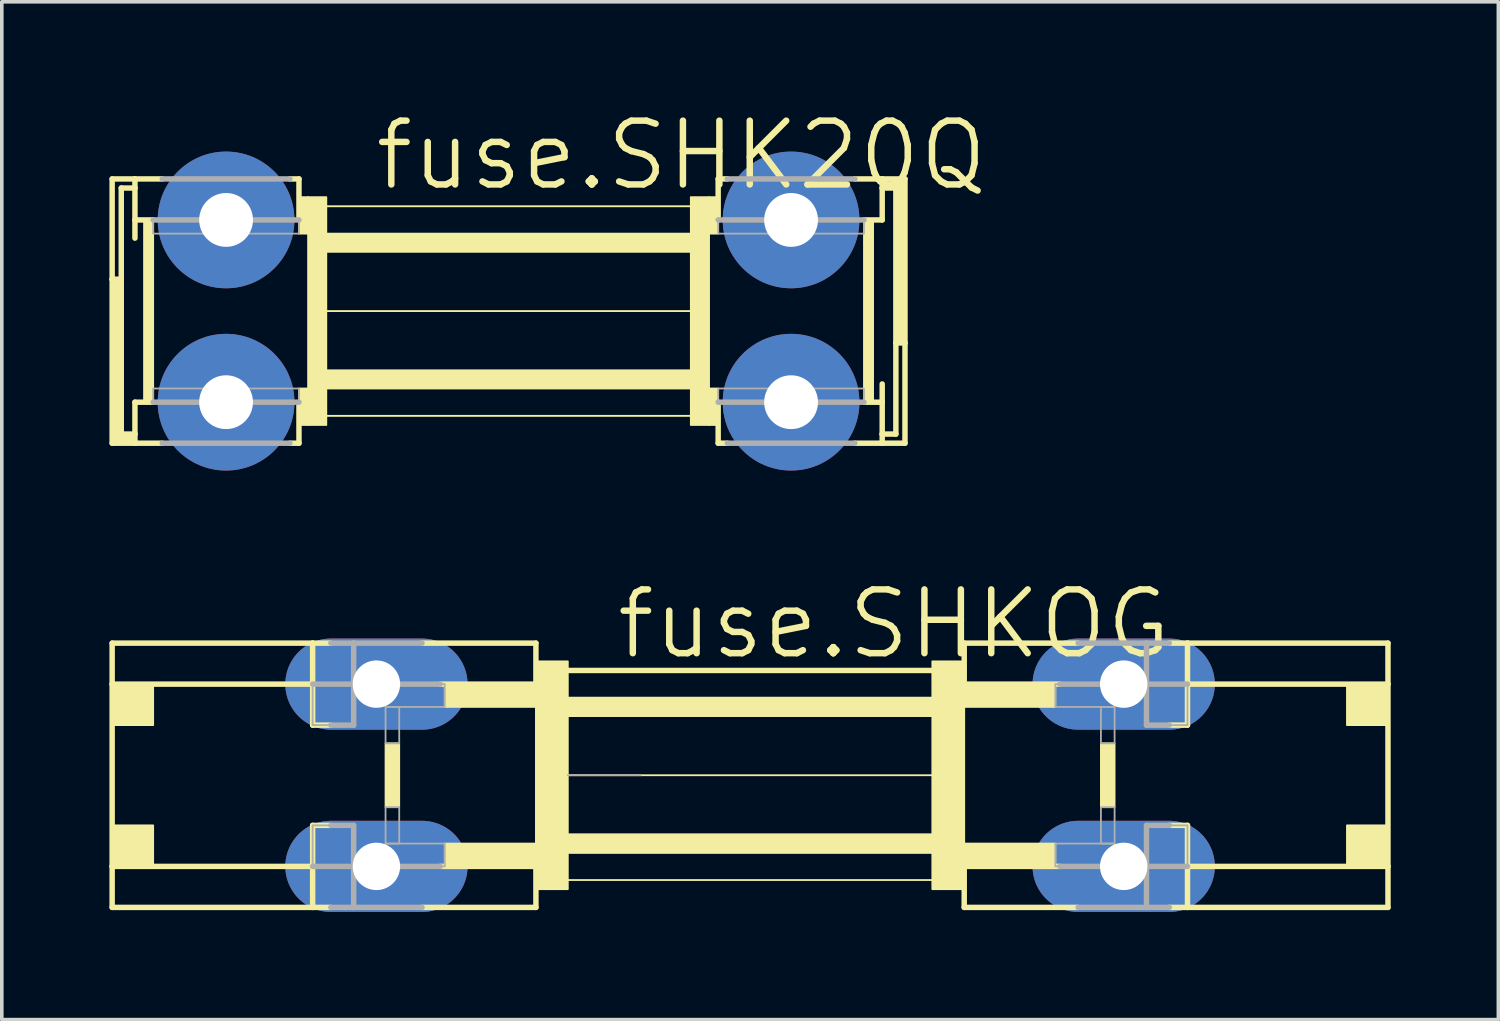
<source format=kicad_pcb>
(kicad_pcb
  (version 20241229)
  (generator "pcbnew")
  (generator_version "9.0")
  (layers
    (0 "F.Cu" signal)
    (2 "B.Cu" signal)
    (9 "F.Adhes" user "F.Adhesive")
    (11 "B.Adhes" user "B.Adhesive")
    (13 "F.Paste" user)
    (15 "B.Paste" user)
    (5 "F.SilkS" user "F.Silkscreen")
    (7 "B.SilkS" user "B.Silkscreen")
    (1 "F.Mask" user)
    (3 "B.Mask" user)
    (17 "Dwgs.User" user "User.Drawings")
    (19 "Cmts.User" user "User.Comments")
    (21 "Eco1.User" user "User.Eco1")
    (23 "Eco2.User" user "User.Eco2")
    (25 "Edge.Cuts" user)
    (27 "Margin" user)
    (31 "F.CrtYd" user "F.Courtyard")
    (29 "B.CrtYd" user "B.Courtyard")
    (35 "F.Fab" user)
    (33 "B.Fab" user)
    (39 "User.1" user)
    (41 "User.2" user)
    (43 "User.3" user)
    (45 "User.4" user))
  (footprint "fuse.SHKOG"
    (layer "F.Cu")
    (at 17.856 18.558)
    (property "Reference" "fuse.SHKOG" (at -3.81 -3.175 0) (layer "F.SilkS") (effects (font (size 1.778 1.778) (thickness 0.18)) (justify left bottom)))
    (attr through_hole)
    (fp_line (start -17.78 -3.683) (end -12.192 -3.683) (stroke (width 0.152) (type default)) (layer "F.SilkS"))
    (fp_line (start -17.78 -2.54) (end -17.78 -3.683) (stroke (width 0.152) (type default)) (layer "F.SilkS"))
    (fp_line (start -17.78 2.54) (end -17.78 -2.54) (stroke (width 0.152) (type default)) (layer "F.SilkS"))
    (fp_line (start -17.78 2.54) (end -12.192 2.54) (stroke (width 0.152) (type default)) (layer "F.SilkS"))
    (fp_line (start -17.78 3.683) (end -17.78 2.54) (stroke (width 0.152) (type default)) (layer "F.SilkS"))
    (fp_line (start -17.78 3.683) (end -12.192 3.683) (stroke (width 0.152) (type default)) (layer "F.SilkS"))
    (fp_line (start -12.192 -3.683) (end -11.684 -3.683) (stroke (width 0.152) (type default)) (layer "F.SilkS"))
    (fp_line (start -12.192 -2.54) (end -17.78 -2.54) (stroke (width 0.152) (type default)) (layer "F.SilkS"))
    (fp_line (start -12.192 -1.397) (end -12.192 -3.683) (stroke (width 0.152) (type default)) (layer "F.SilkS"))
    (fp_line (start -12.192 -1.397) (end -11.684 -1.397) (stroke (width 0.152) (type default)) (layer "F.SilkS"))
    (fp_line (start -12.192 1.397) (end -12.192 3.683) (stroke (width 0.152) (type default)) (layer "F.SilkS"))
    (fp_line (start -12.192 1.397) (end -11.684 1.397) (stroke (width 0.152) (type default)) (layer "F.SilkS"))
    (fp_line (start -12.192 3.683) (end -11.684 3.683) (stroke (width 0.152) (type default)) (layer "F.SilkS"))
    (fp_line (start -9.144 -3.683) (end -5.969 -3.683) (stroke (width 0.152) (type default)) (layer "F.SilkS"))
    (fp_line (start -8.636 -2.54) (end -5.969 -2.54) (stroke (width 0.152) (type default)) (layer "F.SilkS"))
    (fp_line (start -8.636 2.54) (end -5.969 2.54) (stroke (width 0.152) (type default)) (layer "F.SilkS"))
    (fp_line (start -5.969 -2.54) (end -5.969 -3.683) (stroke (width 0.152) (type default)) (layer "F.SilkS"))
    (fp_line (start -5.969 3.683) (end -9.144 3.683) (stroke (width 0.152) (type default)) (layer "F.SilkS"))
    (fp_line (start -5.969 3.683) (end -5.969 2.54) (stroke (width 0.152) (type default)) (layer "F.SilkS"))
    (fp_line (start -5.08 -2.921) (end 5.08 -2.921) (stroke (width 0.152) (type default)) (layer "F.SilkS"))
    (fp_line (start -5.08 0) (end 5.08 0) (stroke (width 0.051) (type default)) (layer "F.SilkS"))
    (fp_line (start 5.08 2.921) (end -5.08 2.921) (stroke (width 0.051) (type default)) (layer "F.SilkS"))
    (fp_line (start 5.969 -3.683) (end 5.969 -2.54) (stroke (width 0.152) (type default)) (layer "F.SilkS"))
    (fp_line (start 5.969 -3.683) (end 9.144 -3.683) (stroke (width 0.152) (type default)) (layer "F.SilkS"))
    (fp_line (start 5.969 2.54) (end 5.969 3.683) (stroke (width 0.152) (type default)) (layer "F.SilkS"))
    (fp_line (start 8.636 -2.54) (end 5.969 -2.54) (stroke (width 0.152) (type default)) (layer "F.SilkS"))
    (fp_line (start 8.636 2.54) (end 5.969 2.54) (stroke (width 0.152) (type default)) (layer "F.SilkS"))
    (fp_line (start 9.144 3.683) (end 5.969 3.683) (stroke (width 0.152) (type default)) (layer "F.SilkS"))
    (fp_line (start 12.192 -3.683) (end 11.684 -3.683) (stroke (width 0.152) (type default)) (layer "F.SilkS"))
    (fp_line (start 12.192 -1.397) (end 11.684 -1.397) (stroke (width 0.152) (type default)) (layer "F.SilkS"))
    (fp_line (start 12.192 -1.397) (end 12.192 -3.683) (stroke (width 0.152) (type default)) (layer "F.SilkS"))
    (fp_line (start 12.192 1.397) (end 11.684 1.397) (stroke (width 0.152) (type default)) (layer "F.SilkS"))
    (fp_line (start 12.192 1.397) (end 12.192 3.683) (stroke (width 0.152) (type default)) (layer "F.SilkS"))
    (fp_line (start 12.192 2.54) (end 17.78 2.54) (stroke (width 0.152) (type default)) (layer "F.SilkS"))
    (fp_line (start 12.192 3.683) (end 11.684 3.683) (stroke (width 0.152) (type default)) (layer "F.SilkS"))
    (fp_line (start 17.78 -3.683) (end 12.192 -3.683) (stroke (width 0.152) (type default)) (layer "F.SilkS"))
    (fp_line (start 17.78 -3.683) (end 17.78 -2.54) (stroke (width 0.152) (type default)) (layer "F.SilkS"))
    (fp_line (start 17.78 -2.54) (end 12.192 -2.54) (stroke (width 0.152) (type default)) (layer "F.SilkS"))
    (fp_line (start 17.78 -2.54) (end 17.78 2.54) (stroke (width 0.152) (type default)) (layer "F.SilkS"))
    (fp_line (start 17.78 2.54) (end 17.78 3.683) (stroke (width 0.152) (type default)) (layer "F.SilkS"))
    (fp_line (start 17.78 3.683) (end 12.192 3.683) (stroke (width 0.152) (type default)) (layer "F.SilkS"))
    (fp_rect (start -17.78 -1.397) (end -16.637 -2.54) (stroke (width 0.05) (type default)) (fill yes) (layer "F.SilkS"))
    (fp_rect (start -17.78 2.54) (end -16.637 1.397) (stroke (width 0.05) (type default)) (fill yes) (layer "F.SilkS"))
    (fp_rect (start -10.16 0.889) (end -9.779 -0.889) (stroke (width 0.05) (type default)) (fill yes) (layer "F.SilkS"))
    (fp_rect (start -8.509 -1.905) (end -5.715 -2.54) (stroke (width 0.05) (type default)) (fill yes) (layer "F.SilkS"))
    (fp_rect (start -8.509 2.54) (end -5.715 1.905) (stroke (width 0.05) (type default)) (fill yes) (layer "F.SilkS"))
    (fp_rect (start -5.969 3.175) (end -5.08 -3.175) (stroke (width 0.05) (type default)) (fill yes) (layer "F.SilkS"))
    (fp_rect (start -5.08 -1.651) (end 5.08 -2.159) (stroke (width 0.05) (type default)) (fill yes) (layer "F.SilkS"))
    (fp_rect (start -5.08 -1.651) (end 5.08 -2.159) (stroke (width 0.05) (type default)) (fill yes) (layer "F.SilkS"))
    (fp_rect (start -5.08 2.159) (end 5.08 1.651) (stroke (width 0.05) (type default)) (fill yes) (layer "F.SilkS"))
    (fp_rect (start -5.08 2.159) (end 5.08 1.651) (stroke (width 0.05) (type default)) (fill yes) (layer "F.SilkS"))
    (fp_rect (start 5.08 3.175) (end 5.969 -3.175) (stroke (width 0.05) (type default)) (fill yes) (layer "F.SilkS"))
    (fp_rect (start 5.715 -1.905) (end 8.509 -2.54) (stroke (width 0.05) (type default)) (fill yes) (layer "F.SilkS"))
    (fp_rect (start 5.715 2.54) (end 8.509 1.905) (stroke (width 0.05) (type default)) (fill yes) (layer "F.SilkS"))
    (fp_rect (start 9.779 0.889) (end 10.16 -0.889) (stroke (width 0.05) (type default)) (fill yes) (layer "F.SilkS"))
    (fp_rect (start 16.637 -1.397) (end 17.78 -2.54) (stroke (width 0.05) (type default)) (fill yes) (layer "F.SilkS"))
    (fp_rect (start 16.637 2.54) (end 17.78 1.397) (stroke (width 0.05) (type default)) (fill yes) (layer "F.SilkS"))
    (fp_line (start -12.192 2.54) (end -11.049 2.54) (stroke (width 0.152) (type default)) (layer "F.Fab"))
    (fp_line (start -11.684 -1.397) (end -11.049 -1.397) (stroke (width 0.152) (type default)) (layer "F.Fab"))
    (fp_line (start -11.684 1.397) (end -11.049 1.397) (stroke (width 0.152) (type default)) (layer "F.Fab"))
    (fp_line (start -11.049 -3.683) (end -11.684 -3.683) (stroke (width 0.152) (type default)) (layer "F.Fab"))
    (fp_line (start -11.049 -2.54) (end -12.192 -2.54) (stroke (width 0.152) (type default)) (layer "F.Fab"))
    (fp_line (start -11.049 -2.54) (end -11.049 -3.683) (stroke (width 0.152) (type default)) (layer "F.Fab"))
    (fp_line (start -11.049 -2.54) (end -11.049 -1.397) (stroke (width 0.152) (type default)) (layer "F.Fab"))
    (fp_line (start -11.049 2.54) (end -11.049 1.397) (stroke (width 0.152) (type default)) (layer "F.Fab"))
    (fp_line (start -11.049 2.54) (end -11.049 3.683) (stroke (width 0.152) (type default)) (layer "F.Fab"))
    (fp_line (start -11.049 2.54) (end -8.636 2.54) (stroke (width 0.152) (type default)) (layer "F.Fab"))
    (fp_line (start -11.049 3.683) (end -11.684 3.683) (stroke (width 0.152) (type default)) (layer "F.Fab"))
    (fp_line (start -9.144 -3.683) (end -11.049 -3.683) (stroke (width 0.152) (type default)) (layer "F.Fab"))
    (fp_line (start -9.144 3.683) (end -11.049 3.683) (stroke (width 0.152) (type default)) (layer "F.Fab"))
    (fp_line (start -8.636 -2.54) (end -11.049 -2.54) (stroke (width 0.152) (type default)) (layer "F.Fab"))
    (fp_line (start -3.048 0) (end -5.08 0) (stroke (width 0.051) (type default)) (layer "F.Fab"))
    (fp_line (start 8.636 2.54) (end 11.049 2.54) (stroke (width 0.152) (type default)) (layer "F.Fab"))
    (fp_line (start 9.144 -3.683) (end 11.049 -3.683) (stroke (width 0.152) (type default)) (layer "F.Fab"))
    (fp_line (start 9.144 3.683) (end 11.049 3.683) (stroke (width 0.152) (type default)) (layer "F.Fab"))
    (fp_line (start 11.049 -3.683) (end 11.684 -3.683) (stroke (width 0.152) (type default)) (layer "F.Fab"))
    (fp_line (start 11.049 -2.54) (end 8.636 -2.54) (stroke (width 0.152) (type default)) (layer "F.Fab"))
    (fp_line (start 11.049 -2.54) (end 11.049 -3.683) (stroke (width 0.152) (type default)) (layer "F.Fab"))
    (fp_line (start 11.049 -2.54) (end 11.049 -1.397) (stroke (width 0.152) (type default)) (layer "F.Fab"))
    (fp_line (start 11.049 2.54) (end 11.049 1.397) (stroke (width 0.152) (type default)) (layer "F.Fab"))
    (fp_line (start 11.049 2.54) (end 11.049 3.683) (stroke (width 0.152) (type default)) (layer "F.Fab"))
    (fp_line (start 11.049 2.54) (end 12.192 2.54) (stroke (width 0.152) (type default)) (layer "F.Fab"))
    (fp_line (start 11.049 3.683) (end 11.684 3.683) (stroke (width 0.152) (type default)) (layer "F.Fab"))
    (fp_line (start 11.684 -1.397) (end 11.049 -1.397) (stroke (width 0.152) (type default)) (layer "F.Fab"))
    (fp_line (start 11.684 1.397) (end 11.049 1.397) (stroke (width 0.152) (type default)) (layer "F.Fab"))
    (fp_line (start 12.192 -2.54) (end 11.049 -2.54) (stroke (width 0.152) (type default)) (layer "F.Fab"))
    (fp_rect (start -12.192 -1.397) (end -11.049 -2.54) (stroke (width 0.05) (type default)) (fill no) (layer "F.Fab"))
    (fp_rect (start -12.192 2.54) (end -11.049 1.397) (stroke (width 0.05) (type default)) (fill no) (layer "F.Fab"))
    (fp_rect (start -10.16 -1.905) (end -8.509 -2.54) (stroke (width 0.05) (type default)) (fill no) (layer "F.Fab"))
    (fp_rect (start -10.16 -0.889) (end -9.779 -1.905) (stroke (width 0.05) (type default)) (fill no) (layer "F.Fab"))
    (fp_rect (start -10.16 1.905) (end -9.779 0.889) (stroke (width 0.05) (type default)) (fill no) (layer "F.Fab"))
    (fp_rect (start -10.16 2.54) (end -8.509 1.905) (stroke (width 0.05) (type default)) (fill no) (layer "F.Fab"))
    (fp_rect (start 8.509 -1.905) (end 10.16 -2.54) (stroke (width 0.05) (type default)) (fill no) (layer "F.Fab"))
    (fp_rect (start 8.509 2.54) (end 10.16 1.905) (stroke (width 0.05) (type default)) (fill no) (layer "F.Fab"))
    (fp_rect (start 9.779 -0.889) (end 10.16 -1.905) (stroke (width 0.05) (type default)) (fill no) (layer "F.Fab"))
    (fp_rect (start 9.779 1.905) (end 10.16 0.889) (stroke (width 0.05) (type default)) (fill no) (layer "F.Fab"))
    (fp_rect (start 11.049 -1.397) (end 12.192 -2.54) (stroke (width 0.05) (type default)) (fill no) (layer "F.Fab"))
    (fp_rect (start 11.049 2.54) (end 12.192 1.397) (stroke (width 0.05) (type default)) (fill no) (layer "F.Fab"))
    (pad "1A" thru_hole oval (at -10.414 -2.54) (size 5.08 2.54) (drill 1.321) (layers "*.Cu" "*.Mask"))
    (pad "1B" thru_hole oval (at -10.414 2.54) (size 5.08 2.54) (drill 1.321) (layers "*.Cu" "*.Mask"))
    (pad "2A" thru_hole oval (at 10.414 -2.54) (size 5.08 2.54) (drill 1.321) (layers "*.Cu" "*.Mask"))
    (pad "2B" thru_hole oval (at 10.414 2.54) (size 5.08 2.54) (drill 1.321) (layers "*.Cu" "*.Mask")))
  (footprint "fuse.SHK20Q"
    (layer "F.Cu")
    (at 11.125 5.62)
    (property "Reference" "fuse.SHK20Q" (at -3.81 -3.302 0) (layer "F.SilkS") (effects (font (size 1.778 1.778) (thickness 0.18)) (justify left bottom)))
    (attr through_hole)
    (fp_line (start -11.049 -0.889) (end -11.049 -3.683) (stroke (width 0.152) (type default)) (layer "F.SilkS"))
    (fp_line (start -11.049 -0.889) (end -10.795 -0.889) (stroke (width 0.152) (type default)) (layer "F.SilkS"))
    (fp_line (start -11.049 3.683) (end -11.049 -0.889) (stroke (width 0.152) (type default)) (layer "F.SilkS"))
    (fp_line (start -10.795 -3.429) (end -10.795 -0.889) (stroke (width 0.152) (type default)) (layer "F.SilkS"))
    (fp_line (start -10.795 -3.429) (end -10.414 -3.429) (stroke (width 0.152) (type default)) (layer "F.SilkS"))
    (fp_line (start -10.795 -0.889) (end -10.795 3.429) (stroke (width 0.152) (type default)) (layer "F.SilkS"))
    (fp_line (start -10.795 3.429) (end -10.414 3.429) (stroke (width 0.152) (type default)) (layer "F.SilkS"))
    (fp_line (start -10.414 -3.683) (end -11.049 -3.683) (stroke (width 0.152) (type default)) (layer "F.SilkS"))
    (fp_line (start -10.414 -3.683) (end -10.414 -3.429) (stroke (width 0.152) (type default)) (layer "F.SilkS"))
    (fp_line (start -10.414 -3.683) (end -9.652 -3.683) (stroke (width 0.152) (type default)) (layer "F.SilkS"))
    (fp_line (start -10.414 -3.429) (end -10.414 -2.54) (stroke (width 0.152) (type default)) (layer "F.SilkS"))
    (fp_line (start -10.414 -2.54) (end -10.414 -2.032) (stroke (width 0.152) (type default)) (layer "F.SilkS"))
    (fp_line (start -10.414 -2.54) (end -9.906 -2.54) (stroke (width 0.152) (type default)) (layer "F.SilkS"))
    (fp_line (start -10.414 3.429) (end -10.414 2.54) (stroke (width 0.152) (type default)) (layer "F.SilkS"))
    (fp_line (start -10.414 3.683) (end -11.049 3.683) (stroke (width 0.152) (type default)) (layer "F.SilkS"))
    (fp_line (start -10.414 3.683) (end -10.414 3.429) (stroke (width 0.152) (type default)) (layer "F.SilkS"))
    (fp_line (start -9.906 2.54) (end -10.414 2.54) (stroke (width 0.152) (type default)) (layer "F.SilkS"))
    (fp_line (start -9.652 3.683) (end -10.414 3.683) (stroke (width 0.152) (type default)) (layer "F.SilkS"))
    (fp_line (start -6.096 -3.683) (end -5.842 -3.683) (stroke (width 0.152) (type default)) (layer "F.SilkS"))
    (fp_line (start -6.096 3.683) (end -5.842 3.683) (stroke (width 0.152) (type default)) (layer "F.SilkS"))
    (fp_line (start -5.842 -2.54) (end -5.842 -3.683) (stroke (width 0.152) (type default)) (layer "F.SilkS"))
    (fp_line (start -5.842 3.683) (end -5.842 2.54) (stroke (width 0.152) (type default)) (layer "F.SilkS"))
    (fp_line (start -5.08 -2.921) (end 5.08 -2.921) (stroke (width 0.051) (type default)) (layer "F.SilkS"))
    (fp_line (start 5.08 0) (end -5.08 0) (stroke (width 0.051) (type default)) (layer "F.SilkS"))
    (fp_line (start 5.08 2.921) (end -5.08 2.921) (stroke (width 0.051) (type default)) (layer "F.SilkS"))
    (fp_line (start 5.842 -3.683) (end 5.842 -2.54) (stroke (width 0.152) (type default)) (layer "F.SilkS"))
    (fp_line (start 5.842 2.54) (end 5.842 3.683) (stroke (width 0.152) (type default)) (layer "F.SilkS"))
    (fp_line (start 6.096 -3.683) (end 5.842 -3.683) (stroke (width 0.152) (type default)) (layer "F.SilkS"))
    (fp_line (start 6.096 3.683) (end 5.842 3.683) (stroke (width 0.152) (type default)) (layer "F.SilkS"))
    (fp_line (start 9.652 -3.683) (end 10.414 -3.683) (stroke (width 0.152) (type default)) (layer "F.SilkS"))
    (fp_line (start 9.652 3.683) (end 10.414 3.683) (stroke (width 0.152) (type default)) (layer "F.SilkS"))
    (fp_line (start 9.906 -2.54) (end 10.414 -2.54) (stroke (width 0.152) (type default)) (layer "F.SilkS"))
    (fp_line (start 9.906 2.54) (end 10.414 2.54) (stroke (width 0.152) (type default)) (layer "F.SilkS"))
    (fp_line (start 10.414 -3.683) (end 10.414 -3.429) (stroke (width 0.152) (type default)) (layer "F.SilkS"))
    (fp_line (start 10.414 -3.683) (end 11.049 -3.683) (stroke (width 0.152) (type default)) (layer "F.SilkS"))
    (fp_line (start 10.414 -3.429) (end 10.414 -2.54) (stroke (width 0.152) (type default)) (layer "F.SilkS"))
    (fp_line (start 10.414 2.54) (end 10.414 2.032) (stroke (width 0.152) (type default)) (layer "F.SilkS"))
    (fp_line (start 10.414 3.429) (end 10.414 2.54) (stroke (width 0.152) (type default)) (layer "F.SilkS"))
    (fp_line (start 10.414 3.683) (end 10.414 3.429) (stroke (width 0.152) (type default)) (layer "F.SilkS"))
    (fp_line (start 10.414 3.683) (end 11.049 3.683) (stroke (width 0.152) (type default)) (layer "F.SilkS"))
    (fp_line (start 10.795 -3.429) (end 10.414 -3.429) (stroke (width 0.152) (type default)) (layer "F.SilkS"))
    (fp_line (start 10.795 0.889) (end 10.795 -3.429) (stroke (width 0.152) (type default)) (layer "F.SilkS"))
    (fp_line (start 10.795 0.889) (end 11.049 0.889) (stroke (width 0.152) (type default)) (layer "F.SilkS"))
    (fp_line (start 10.795 3.429) (end 10.414 3.429) (stroke (width 0.152) (type default)) (layer "F.SilkS"))
    (fp_line (start 10.795 3.429) (end 10.795 0.889) (stroke (width 0.152) (type default)) (layer "F.SilkS"))
    (fp_line (start 11.049 -3.683) (end 11.049 0.889) (stroke (width 0.152) (type default)) (layer "F.SilkS"))
    (fp_line (start 11.049 0.889) (end 11.049 3.683) (stroke (width 0.152) (type default)) (layer "F.SilkS"))
    (fp_rect (start -11.049 3.683) (end -10.795 -0.889) (stroke (width 0.05) (type default)) (fill yes) (layer "F.SilkS"))
    (fp_rect (start -10.795 3.683) (end -10.414 3.429) (stroke (width 0.05) (type default)) (fill yes) (layer "F.SilkS"))
    (fp_rect (start -10.16 2.54) (end -9.906 -2.54) (stroke (width 0.05) (type default)) (fill yes) (layer "F.SilkS"))
    (fp_rect (start -5.842 -2.159) (end -5.588 -3.175) (stroke (width 0.05) (type default)) (fill yes) (layer "F.SilkS"))
    (fp_rect (start -5.842 3.175) (end -5.588 2.159) (stroke (width 0.05) (type default)) (fill yes) (layer "F.SilkS"))
    (fp_rect (start -5.588 3.175) (end -5.08 -3.175) (stroke (width 0.05) (type default)) (fill yes) (layer "F.SilkS"))
    (fp_rect (start -5.08 -1.651) (end 5.08 -2.159) (stroke (width 0.05) (type default)) (fill yes) (layer "F.SilkS"))
    (fp_rect (start -5.08 2.159) (end 5.08 1.651) (stroke (width 0.05) (type default)) (fill yes) (layer "F.SilkS"))
    (fp_rect (start 5.08 3.175) (end 5.588 -3.175) (stroke (width 0.05) (type default)) (fill yes) (layer "F.SilkS"))
    (fp_rect (start 5.588 -2.159) (end 5.842 -3.175) (stroke (width 0.05) (type default)) (fill yes) (layer "F.SilkS"))
    (fp_rect (start 5.588 3.175) (end 5.842 2.159) (stroke (width 0.05) (type default)) (fill yes) (layer "F.SilkS"))
    (fp_rect (start 9.906 2.54) (end 10.16 -2.54) (stroke (width 0.05) (type default)) (fill yes) (layer "F.SilkS"))
    (fp_rect (start 10.795 0.889) (end 11.049 -3.683) (stroke (width 0.05) (type default)) (fill yes) (layer "F.SilkS"))
    (fp_line (start -9.906 -2.54) (end -5.842 -2.54) (stroke (width 0.152) (type default)) (layer "F.Fab"))
    (fp_line (start -9.906 2.54) (end -5.842 2.54) (stroke (width 0.152) (type default)) (layer "F.Fab"))
    (fp_line (start -9.652 -3.683) (end -6.096 -3.683) (stroke (width 0.152) (type default)) (layer "F.Fab"))
    (fp_line (start -6.096 3.683) (end -9.652 3.683) (stroke (width 0.152) (type default)) (layer "F.Fab"))
    (fp_line (start 6.096 -3.683) (end 9.652 -3.683) (stroke (width 0.152) (type default)) (layer "F.Fab"))
    (fp_line (start 9.652 3.683) (end 6.096 3.683) (stroke (width 0.152) (type default)) (layer "F.Fab"))
    (fp_line (start 9.906 -2.54) (end 5.842 -2.54) (stroke (width 0.152) (type default)) (layer "F.Fab"))
    (fp_line (start 9.906 2.54) (end 5.842 2.54) (stroke (width 0.152) (type default)) (layer "F.Fab"))
    (fp_rect (start -9.906 -2.159) (end -5.842 -2.54) (stroke (width 0.05) (type default)) (fill no) (layer "F.Fab"))
    (fp_rect (start -9.906 2.54) (end -5.842 2.159) (stroke (width 0.05) (type default)) (fill no) (layer "F.Fab"))
    (fp_rect (start 5.842 -2.159) (end 9.906 -2.54) (stroke (width 0.05) (type default)) (fill no) (layer "F.Fab"))
    (fp_rect (start 5.842 2.54) (end 9.906 2.159) (stroke (width 0.05) (type default)) (fill no) (layer "F.Fab"))
    (pad "1A" thru_hole circle (at -7.874 -2.54) (size 3.81 3.81) (drill 1.5) (layers "*.Cu" "*.Mask"))
    (pad "1B" thru_hole circle (at -7.874 2.54) (size 3.81 3.81) (drill 1.5) (layers "*.Cu" "*.Mask"))
    (pad "2A" thru_hole circle (at 7.874 -2.54) (size 3.81 3.81) (drill 1.5) (layers "*.Cu" "*.Mask"))
    (pad "2B" thru_hole circle (at 7.874 2.54) (size 3.81 3.81) (drill 1.5) (layers "*.Cu" "*.Mask")))
  (gr_rect
    (start -3 -3)
    (end 38.712 25.368)
    (stroke (width 0.1) (type default))
    (fill no)
    (layer "Edge.Cuts")))
</source>
